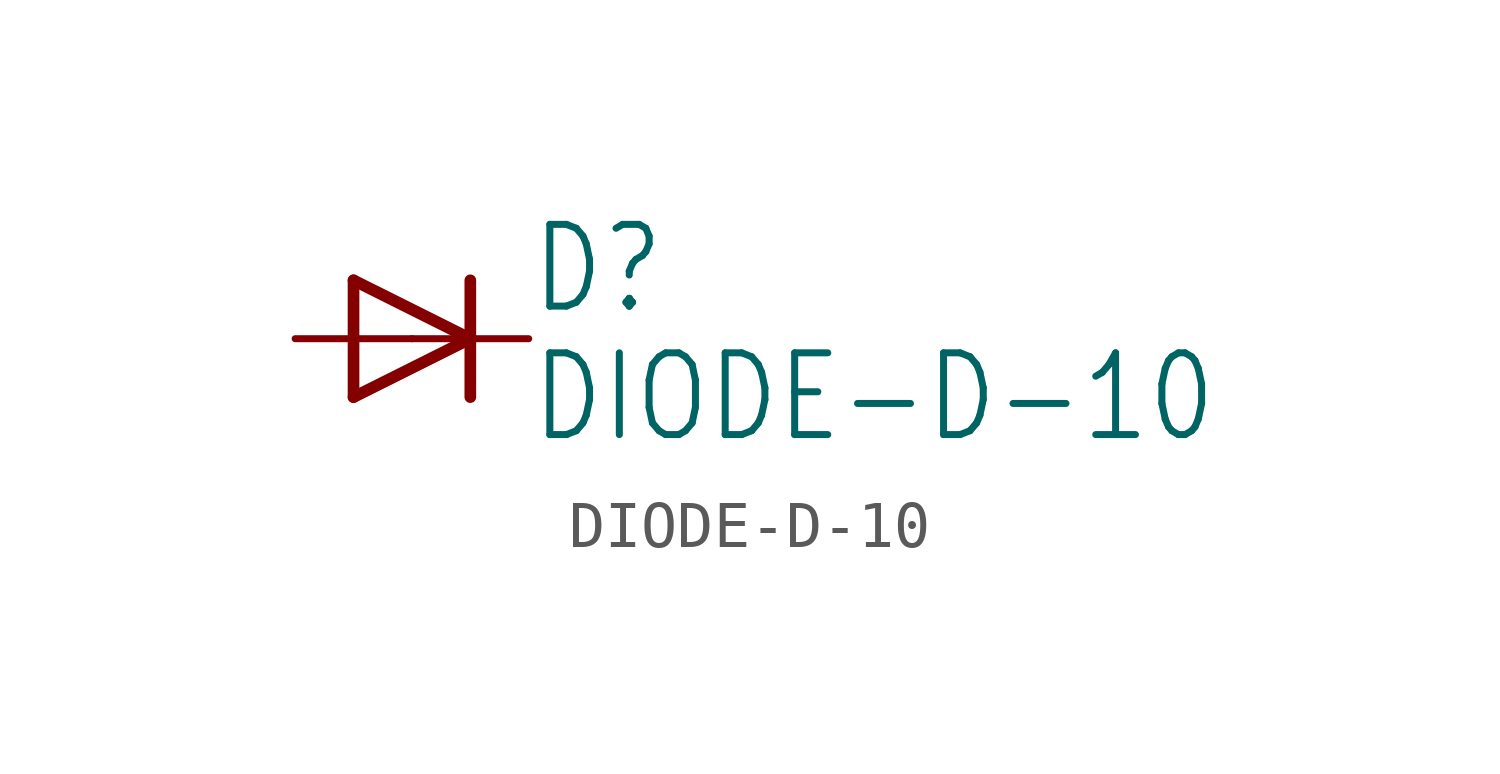
<source format=kicad_sym>
(kicad_symbol_lib
  (version 20211014)
  (generator kicad_symbol_editor)
  (symbol "DIODE-D-10"
    (property "Reference" "D"
      (at 2.54 0.483 0)
      (effects (font (size 1.778 1.511)) (justify left bottom)))
    (property "Value" "DIODE-D-10"
      (at 2.54 -2.311 0)
      (effects (font (size 1.778 1.511)) (justify left bottom)))
    (property "ki_locked" ""
      (at 0 0 0)
      (effects (font (size 1.27 1.27))))
    (symbol "DIODE-D-10_1_0"
      (polyline (pts (xy -1.27 -1.27) (xy 1.27 0)) (stroke (width 0.254) (type default) (color 0 0 0 0)) (fill (type none)))
      (polyline (pts (xy -1.27 1.27) (xy -1.27 -1.27)) (stroke (width 0.254) (type default) (color 0 0 0 0)) (fill (type none)))
      (polyline (pts (xy 1.27 0) (xy -1.27 1.27)) (stroke (width 0.254) (type default) (color 0 0 0 0)) (fill (type none)))
      (polyline (pts (xy 1.27 0) (xy 1.27 -1.27)) (stroke (width 0.254) (type default) (color 0 0 0 0)) (fill (type none)))
      (polyline (pts (xy 1.27 1.27) (xy 1.27 0)) (stroke (width 0.254) (type default) (color 0 0 0 0)) (fill (type none)))
      (pin passive line (at -2.54 0 0) (length 2.54) (name "A" (effects (font (size 0 0)))) (number "A" (effects (font (size 0 0)))))
      (pin passive line (at 2.54 0 180) (length 2.54) (name "C" (effects (font (size 0 0)))) (number "C" (effects (font (size 0 0))))))))
</source>
